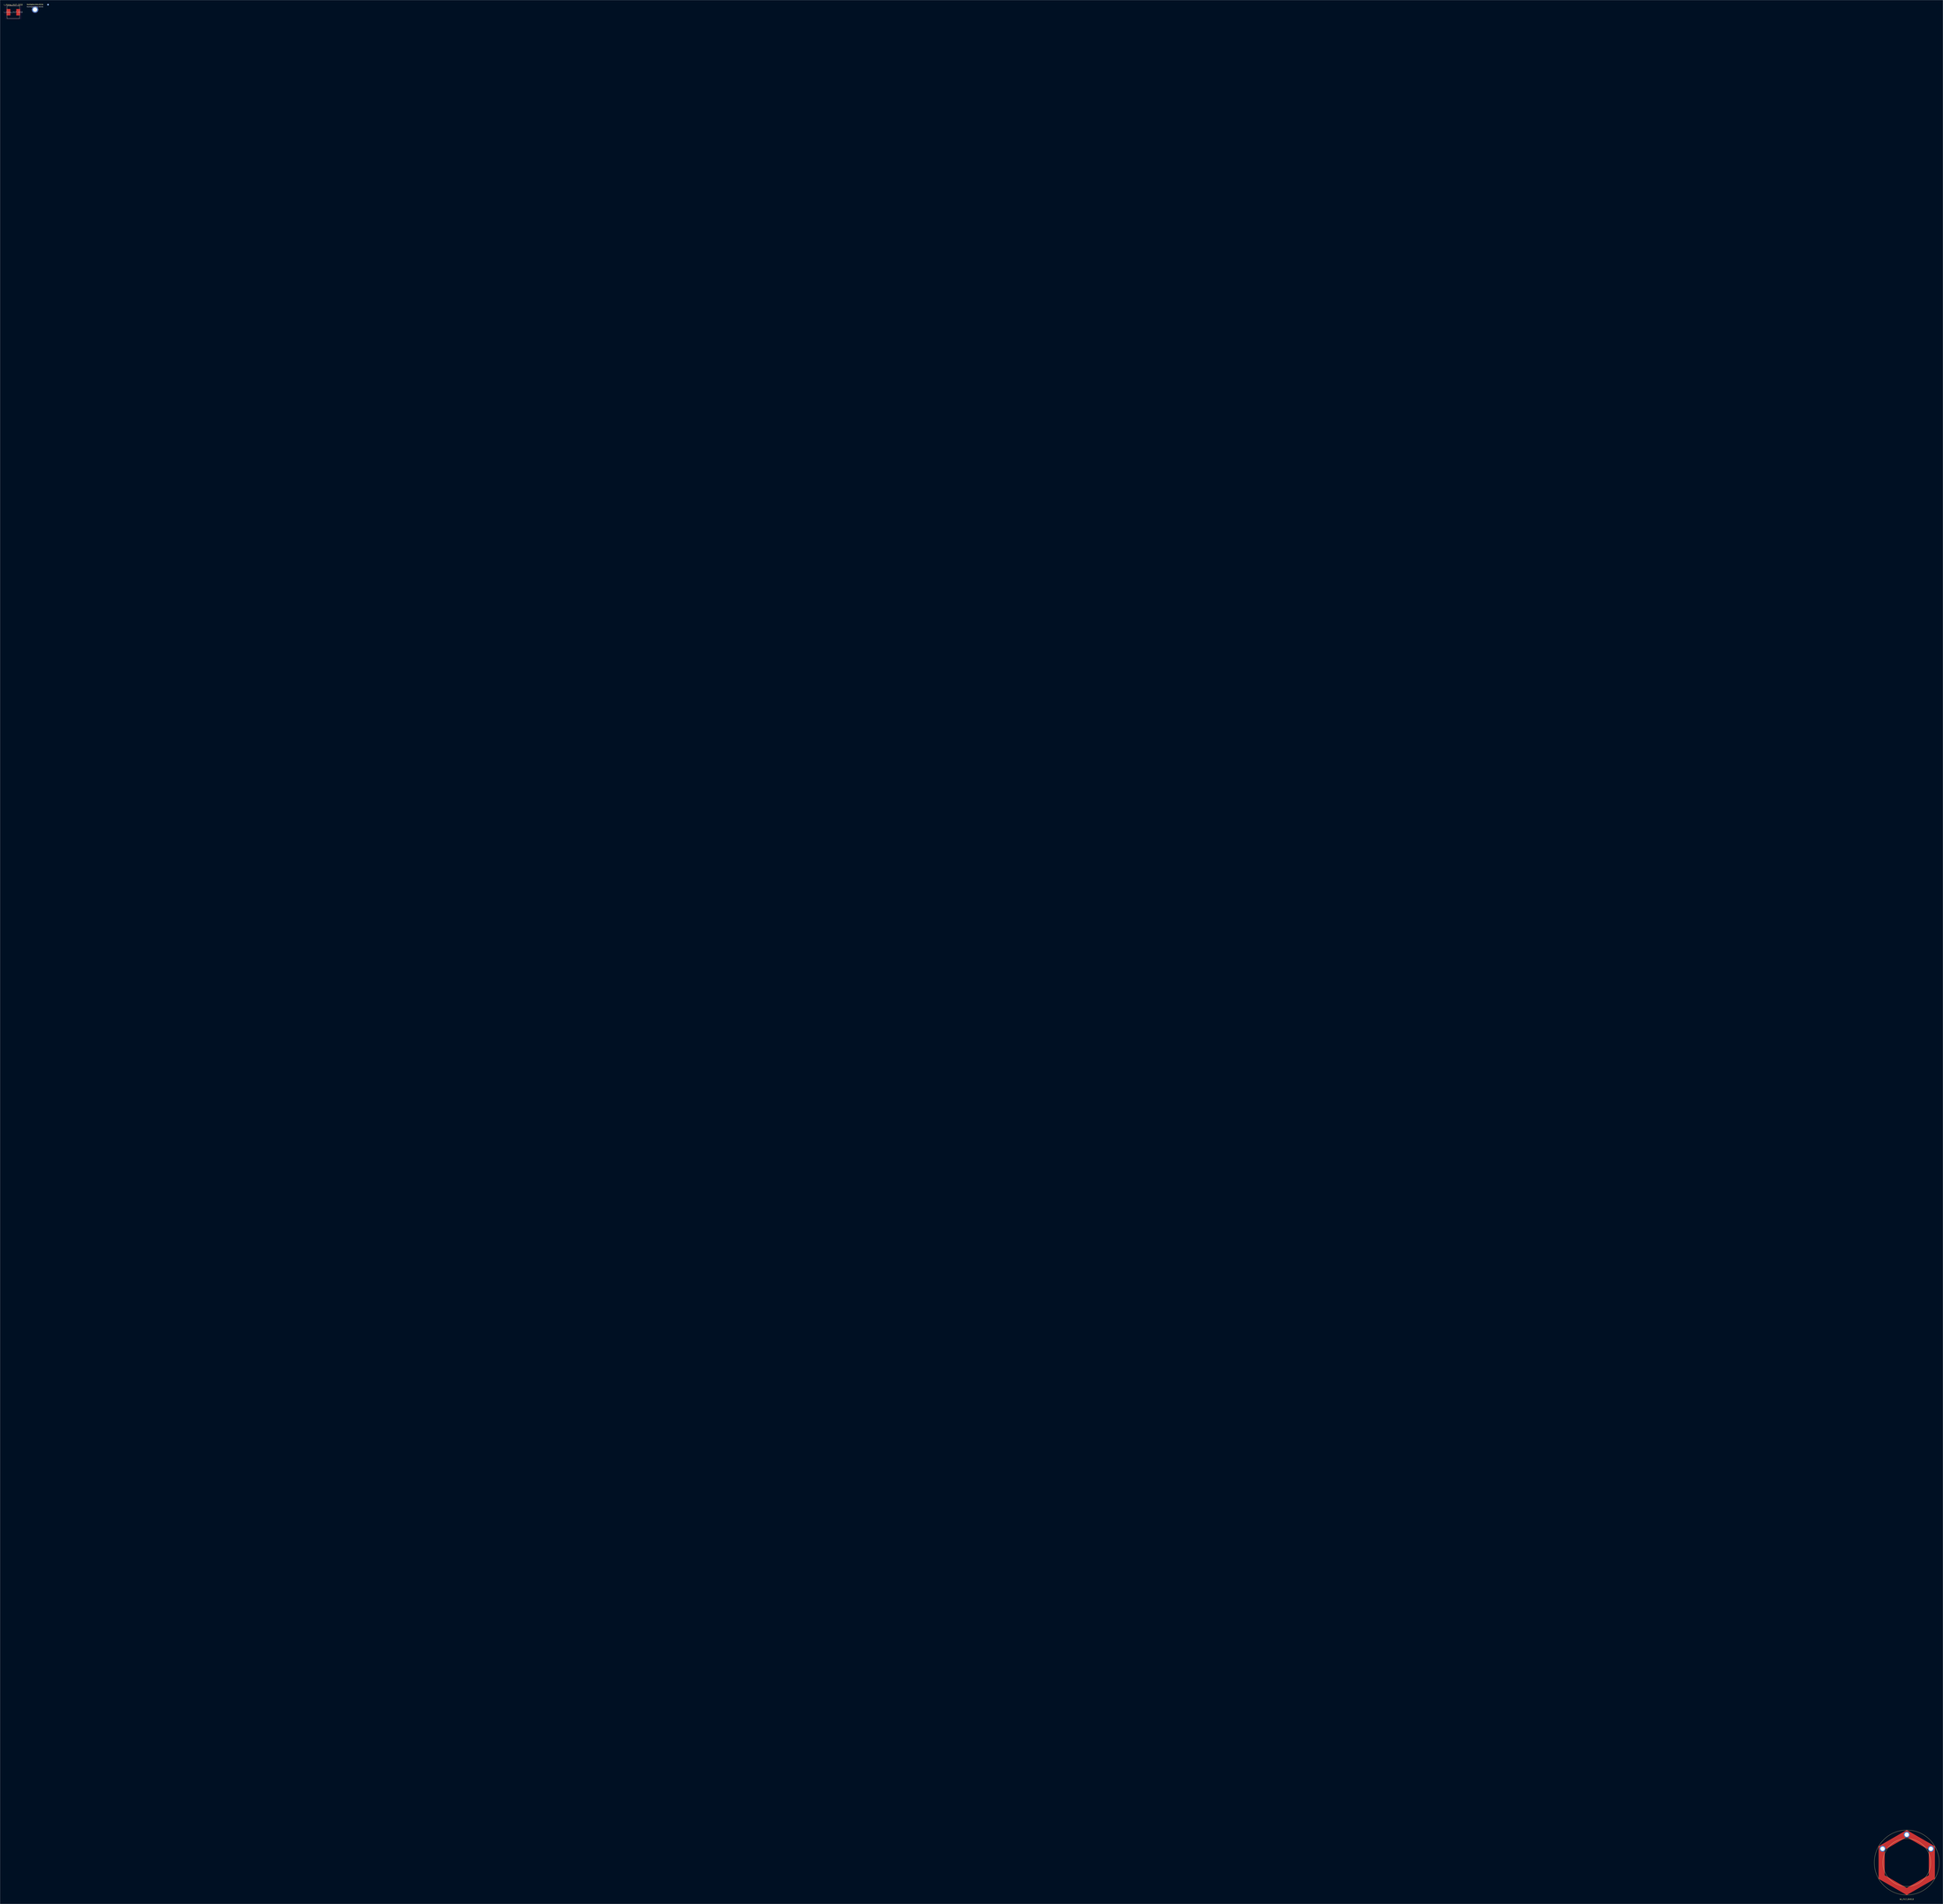
<source format=kicad_pcb>
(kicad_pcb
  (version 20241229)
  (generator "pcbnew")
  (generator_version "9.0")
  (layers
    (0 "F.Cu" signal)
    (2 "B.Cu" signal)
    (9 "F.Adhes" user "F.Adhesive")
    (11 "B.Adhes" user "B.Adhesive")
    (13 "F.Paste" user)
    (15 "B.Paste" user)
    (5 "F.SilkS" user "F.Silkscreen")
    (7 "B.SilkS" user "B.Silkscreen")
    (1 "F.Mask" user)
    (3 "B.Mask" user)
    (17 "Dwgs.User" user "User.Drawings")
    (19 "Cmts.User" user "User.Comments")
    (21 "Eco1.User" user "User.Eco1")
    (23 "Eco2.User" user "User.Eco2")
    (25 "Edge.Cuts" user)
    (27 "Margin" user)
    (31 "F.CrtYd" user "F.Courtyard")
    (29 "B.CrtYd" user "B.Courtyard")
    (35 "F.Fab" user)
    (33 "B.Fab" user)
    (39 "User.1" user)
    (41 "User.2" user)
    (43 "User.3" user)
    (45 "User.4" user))
  (footprint "MountingHole_3.2mm_M3_Pad"
    (layer "F.Cu")
    (at 25.579 4.814)
    (property "Reference" "MountingHole_3.2mm_M3_Pad" (at 0 -4.2 0) (layer "F.SilkS") (effects (font (size 0.6 0.6) (thickness 0.15))))
    (attr exclude_from_pos_files exclude_from_bom)
    (fp_circle (center 0 0) (end 2.5 0) (stroke (width 0.15) (type solid)) (fill no) (layer "Cmts.User"))
    (fp_circle (center 0 0) (end 2.8 0) (stroke (width 0.05) (type solid)) (fill no) (layer "F.CrtYd"))
    (fp_line (start -1.6 0) (end 1.55 0) (stroke (width 0.15) (type solid)) (layer "F.Fab"))
    (fp_line (start 0 1.55) (end 0 -1.6) (stroke (width 0.15) (type solid)) (layer "F.Fab"))
    (fp_circle (center 0 0) (end 1.65 0.25) (stroke (width 0.15) (type solid)) (fill no) (layer "F.Fab"))
    (fp_circle (center 0 0) (end 2.5 0) (stroke (width 0.15) (type solid)) (fill no) (layer "F.Fab"))
    (fp_text user "${REFERENCE}" (at -0.05 -2.3 0) (layer "F.Fab") (effects (font (size 0.6 0.6) (thickness 0.15))))
    (pad "1" thru_hole circle (at 0 0) (size 5 5) (drill 3.5) (layers "*.Cu" "*.Mask")))
  (footprint "WL_FILT_SHIELD"
    (layer "F.Cu")
    (at 1554.678 1519.248)
    (property "Reference" "WL_FILT_SHIELD" (at 0 30 0) (layer "F.SilkS") (effects (font (size 1 1) (thickness 0.15))))
    (attr through_hole)
    (fp_circle (center 0 0) (end 19.5 0) (stroke (width 0.15) (type solid)) (fill no) (layer "F.SilkS"))
    (fp_circle (center 0 0) (end 26.5 0) (stroke (width 0.15) (type solid)) (fill no) (layer "F.SilkS"))
    (pad "1" thru_hole circle (at -1518.486 -1518.486) (size 1.524 1.524) (drill 0.762) (layers "*.Cu" "*.Mask"))
    (pad "1" smd custom (at -20.5 0) (size 5 26.5) (layers "F.Cu" "F.Mask" "F.Paste") (options (anchor rect)) (primitives))
    (pad "1" thru_hole circle (at -19.75 -11.25) (size 5 5) (drill 3.5) (layers "*.Cu" "*.Mask"))
    (pad "1" smd custom (at -10.25 -17.75 120) (size 5 26.5) (layers "F.Cu" "F.Mask" "F.Paste") (options (anchor rect)) (primitives))
    (pad "1" smd custom (at -10.25 17.75 240) (size 5 26.5) (layers "F.Cu" "F.Mask" "F.Paste") (options (anchor rect)) (primitives))
    (pad "1" thru_hole circle (at 0 -22.75) (size 5 5) (drill 3.5) (layers "*.Cu" "*.Mask"))
    (pad "1" smd custom (at 10.25 -17.75 60) (size 5 26.5) (layers "F.Cu" "F.Mask" "F.Paste") (options (anchor rect)) (primitives))
    (pad "1" smd custom (at 10.25 17.75 120) (size 5 26.5) (layers "F.Cu" "F.Mask" "F.Paste") (options (anchor rect)) (primitives))
    (pad "1" thru_hole circle (at 19.75 -11.25) (size 5 5) (drill 3.5) (layers "*.Cu" "*.Mask"))
    (pad "1" smd custom (at 20.5 0 180) (size 5 26.5) (layers "F.Cu" "F.Mask" "F.Paste") (options (anchor rect)) (primitives)))
  (footprint "L_Vishay_IHLP-3232"
    (layer "F.Cu")
    (at 7.839 6.928)
    (property "Reference" "L_Vishay_IHLP-3232" (at 0 -6.08 0) (layer "F.SilkS") (effects (font (size 1 1) (thickness 0.15))))
    (attr smd)
    (fp_line (start -5.18 -5.18) (end 5.18 -5.18) (stroke (width 0.12) (type solid)) (layer "F.SilkS"))
    (fp_line (start -5.18 -2.775) (end -5.18 -5.18) (stroke (width 0.12) (type solid)) (layer "F.SilkS"))
    (fp_line (start -5.18 2.775) (end -5.18 5.18) (stroke (width 0.12) (type solid)) (layer "F.SilkS"))
    (fp_line (start -5.18 5.18) (end 5.18 5.18) (stroke (width 0.12) (type solid)) (layer "F.SilkS"))
    (fp_line (start 5.18 -5.18) (end 5.18 -2.775) (stroke (width 0.12) (type solid)) (layer "F.SilkS"))
    (fp_line (start 5.18 5.18) (end 5.18 2.775) (stroke (width 0.12) (type solid)) (layer "F.SilkS"))
    (fp_line (start -6.35 -5.35) (end -6.35 5.35) (stroke (width 0.05) (type solid)) (layer "F.CrtYd"))
    (fp_line (start -6.35 5.35) (end 6.35 5.35) (stroke (width 0.05) (type solid)) (layer "F.CrtYd"))
    (fp_line (start 6.35 -5.35) (end -6.35 -5.35) (stroke (width 0.05) (type solid)) (layer "F.CrtYd"))
    (fp_line (start 6.35 5.35) (end 6.35 -5.35) (stroke (width 0.05) (type solid)) (layer "F.CrtYd"))
    (fp_line (start -5.08 -5.08) (end -5.08 5.08) (stroke (width 0.1) (type solid)) (layer "F.Fab"))
    (fp_line (start -5.08 5.08) (end 5.08 5.08) (stroke (width 0.1) (type solid)) (layer "F.Fab"))
    (fp_line (start 5.08 -5.08) (end -5.08 -5.08) (stroke (width 0.1) (type solid)) (layer "F.Fab"))
    (fp_line (start 5.08 5.08) (end 5.08 -5.08) (stroke (width 0.1) (type solid)) (layer "F.Fab"))
    (fp_text user "${REFERENCE}" (at 0 0 0) (layer "F.Fab") (effects (font (size 1 1) (thickness 0.15))))
    (pad "1" smd rect (at -4 0) (size 3.175 5.334) (layers "F.Cu" "F.Mask" "F.Paste"))
    (pad "2" smd rect (at 4 0) (size 3.175 5.334) (layers "F.Cu" "F.Mask" "F.Paste")))
  (gr_rect
    (start -3 -3)
    (end 1584.253 1553.096)
    (stroke (width 0.1) (type default))
    (fill no)
    (layer "Edge.Cuts")))
</source>
